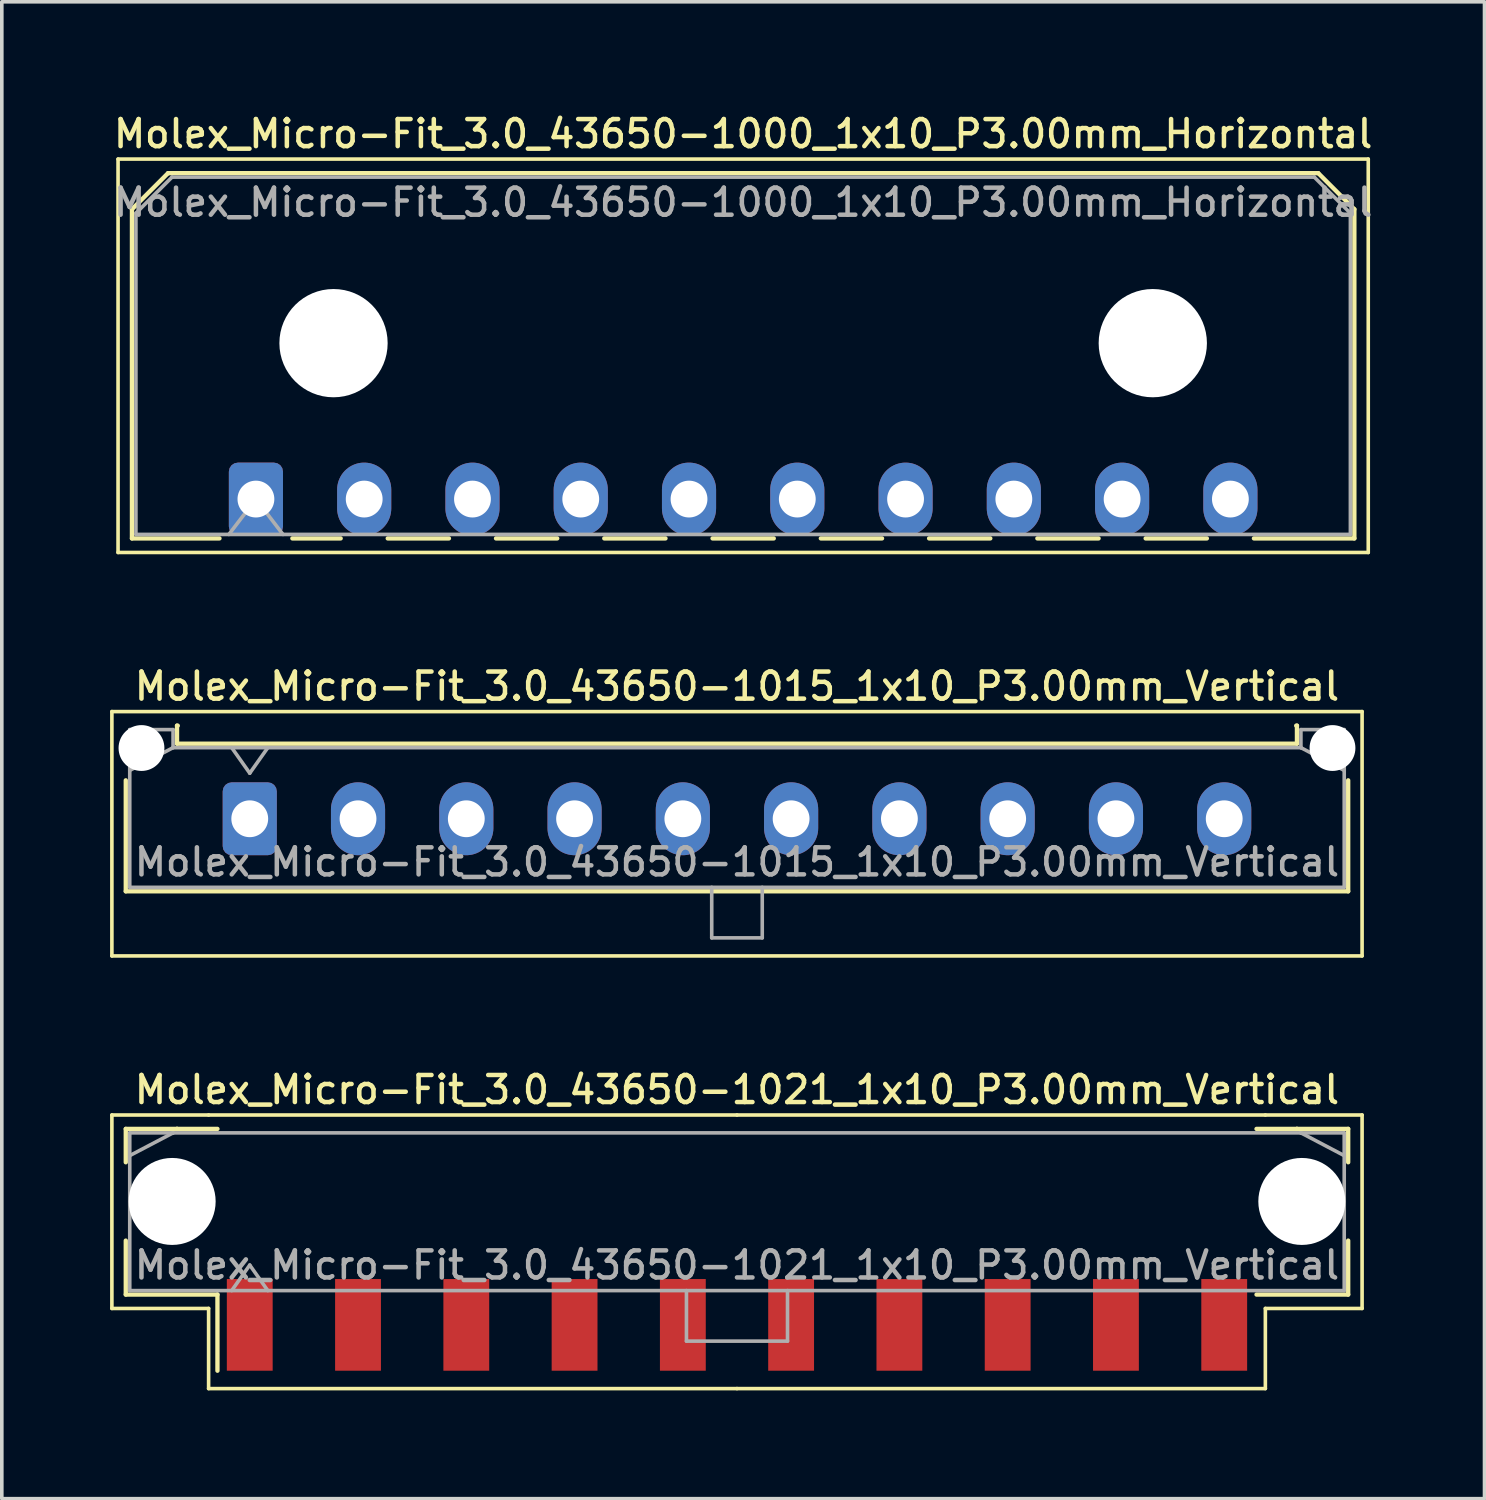
<source format=kicad_pcb>
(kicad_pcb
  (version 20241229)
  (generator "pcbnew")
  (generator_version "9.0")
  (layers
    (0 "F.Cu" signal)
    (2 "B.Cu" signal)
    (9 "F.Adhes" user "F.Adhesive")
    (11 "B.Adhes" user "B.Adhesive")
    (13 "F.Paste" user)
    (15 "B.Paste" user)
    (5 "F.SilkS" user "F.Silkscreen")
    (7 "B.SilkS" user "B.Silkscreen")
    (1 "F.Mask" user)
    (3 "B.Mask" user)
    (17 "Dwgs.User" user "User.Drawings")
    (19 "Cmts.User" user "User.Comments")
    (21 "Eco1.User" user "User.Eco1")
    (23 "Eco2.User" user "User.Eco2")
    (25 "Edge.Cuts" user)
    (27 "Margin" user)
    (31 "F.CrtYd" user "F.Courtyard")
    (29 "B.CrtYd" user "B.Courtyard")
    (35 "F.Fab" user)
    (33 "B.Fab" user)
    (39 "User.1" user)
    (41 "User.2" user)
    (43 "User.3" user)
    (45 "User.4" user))
  (footprint "Molex_Micro-Fit_3.0_43650-1015_1x10_P3.00mm_Vertical"
    (layer "F.Cu")
    (at 3.87 19.636)
    (property "Reference" "Molex_Micro-Fit_3.0_43650-1015_1x10_P3.00mm_Vertical" (at 13.5 -3.67 0) (layer "F.SilkS") (effects (font (size 0.75 0.75) (thickness 0.125))))
    (attr through_hole)
    (fp_line (start -3.82 -2.97) (end 30.82 -2.97) (stroke (width 0.1) (type solid)) (layer "F.SilkS"))
    (fp_line (start -3.82 3.8) (end -3.82 -2.97) (stroke (width 0.1) (type solid)) (layer "F.SilkS"))
    (fp_line (start -3.435 -1.065) (end -3.435 2.01) (stroke (width 0.12) (type solid)) (layer "F.SilkS"))
    (fp_line (start -3.435 2.01) (end 30.435 2.01) (stroke (width 0.12) (type solid)) (layer "F.SilkS"))
    (fp_line (start -2.015 -2.58) (end -2.015 -2.08) (stroke (width 0.12) (type solid)) (layer "F.SilkS"))
    (fp_line (start -2.015 -2.08) (end 29.015 -2.08) (stroke (width 0.12) (type solid)) (layer "F.SilkS"))
    (fp_line (start -1.995 -2.58) (end -2.015 -2.58) (stroke (width 0.12) (type solid)) (layer "F.SilkS"))
    (fp_line (start 29.015 -2.58) (end 28.995 -2.58) (stroke (width 0.12) (type solid)) (layer "F.SilkS"))
    (fp_line (start 29.015 -2.08) (end 29.015 -2.58) (stroke (width 0.12) (type solid)) (layer "F.SilkS"))
    (fp_line (start 30.435 2.01) (end 30.435 -1.065) (stroke (width 0.12) (type solid)) (layer "F.SilkS"))
    (fp_line (start 30.82 -2.97) (end 30.82 3.8) (stroke (width 0.1) (type solid)) (layer "F.SilkS"))
    (fp_line (start 30.82 3.8) (end -3.82 3.8) (stroke (width 0.1) (type solid)) (layer "F.SilkS"))
    (fp_line (start -3.325 -2.47) (end -3.325 1.9) (stroke (width 0.1) (type solid)) (layer "F.Fab"))
    (fp_line (start -3.325 -1.34) (end -2.125 -1.97) (stroke (width 0.1) (type solid)) (layer "F.Fab"))
    (fp_line (start -3.325 1.9) (end 30.325 1.9) (stroke (width 0.1) (type solid)) (layer "F.Fab"))
    (fp_line (start -2.125 -2.47) (end -3.325 -2.47) (stroke (width 0.1) (type solid)) (layer "F.Fab"))
    (fp_line (start -2.125 -1.97) (end -2.125 -2.47) (stroke (width 0.1) (type solid)) (layer "F.Fab"))
    (fp_line (start -0.5 -1.97) (end 0 -1.263) (stroke (width 0.1) (type solid)) (layer "F.Fab"))
    (fp_line (start 0 -1.263) (end 0.5 -1.97) (stroke (width 0.1) (type solid)) (layer "F.Fab"))
    (fp_line (start 12.8 1.9) (end 12.8 3.3) (stroke (width 0.1) (type solid)) (layer "F.Fab"))
    (fp_line (start 12.8 3.3) (end 14.2 3.3) (stroke (width 0.1) (type solid)) (layer "F.Fab"))
    (fp_line (start 14.2 3.3) (end 14.2 1.9) (stroke (width 0.1) (type solid)) (layer "F.Fab"))
    (fp_line (start 29.125 -2.47) (end 29.125 -1.97) (stroke (width 0.1) (type solid)) (layer "F.Fab"))
    (fp_line (start 29.125 -1.97) (end -2.125 -1.97) (stroke (width 0.1) (type solid)) (layer "F.Fab"))
    (fp_line (start 30.325 -2.47) (end 29.125 -2.47) (stroke (width 0.1) (type solid)) (layer "F.Fab"))
    (fp_line (start 30.325 -1.34) (end 29.125 -1.97) (stroke (width 0.1) (type solid)) (layer "F.Fab"))
    (fp_line (start 30.325 1.9) (end 30.325 -2.47) (stroke (width 0.1) (type solid)) (layer "F.Fab"))
    (fp_text user "${REFERENCE}" (at 13.5 1.2 0) (layer "F.Fab") (effects (font (size 0.75 0.75) (thickness 0.125))))
    (pad "" np_thru_hole circle (at -3 -1.96) (size 1.27 1.27) (drill 1.27) (layers "*.Cu" "*.Mask"))
    (pad "" np_thru_hole circle (at 30 -1.96) (size 1.27 1.27) (drill 1.27) (layers "*.Cu" "*.Mask"))
    (pad "1" thru_hole roundrect (at 0 0) (size 1.5 2.02) (drill 1.02) (layers "*.Cu" "*.Mask") (roundrect_rratio 0.167))
    (pad "2" thru_hole oval (at 3 0) (size 1.5 2.02) (drill 1.02) (layers "*.Cu" "*.Mask"))
    (pad "3" thru_hole oval (at 6 0) (size 1.5 2.02) (drill 1.02) (layers "*.Cu" "*.Mask"))
    (pad "4" thru_hole oval (at 9 0) (size 1.5 2.02) (drill 1.02) (layers "*.Cu" "*.Mask"))
    (pad "5" thru_hole oval (at 12 0) (size 1.5 2.02) (drill 1.02) (layers "*.Cu" "*.Mask"))
    (pad "6" thru_hole oval (at 15 0) (size 1.5 2.02) (drill 1.02) (layers "*.Cu" "*.Mask"))
    (pad "7" thru_hole oval (at 18 0) (size 1.5 2.02) (drill 1.02) (layers "*.Cu" "*.Mask"))
    (pad "8" thru_hole oval (at 21 0) (size 1.5 2.02) (drill 1.02) (layers "*.Cu" "*.Mask"))
    (pad "9" thru_hole oval (at 24 0) (size 1.5 2.02) (drill 1.02) (layers "*.Cu" "*.Mask"))
    (pad "10" thru_hole oval (at 27 0) (size 1.5 2.02) (drill 1.02) (layers "*.Cu" "*.Mask")))
  (footprint "Molex_Micro-Fit_3.0_43650-1021_1x10_P3.00mm_Vertical"
    (layer "F.Cu")
    (at 17.37 30.524)
    (property "Reference" "Molex_Micro-Fit_3.0_43650-1021_1x10_P3.00mm_Vertical" (at 0 -3.38 0) (layer "F.SilkS") (effects (font (size 0.75 0.75) (thickness 0.125))))
    (attr smd)
    (fp_line (start -17.32 -2.68) (end -17.32 2.68) (stroke (width 0.1) (type solid)) (layer "F.SilkS"))
    (fp_line (start -17.32 2.68) (end -14.64 2.68) (stroke (width 0.1) (type solid)) (layer "F.SilkS"))
    (fp_line (start -16.935 -2.295) (end -15.515 -2.295) (stroke (width 0.12) (type solid)) (layer "F.SilkS"))
    (fp_line (start -16.935 -1.37) (end -16.935 -2.295) (stroke (width 0.12) (type solid)) (layer "F.SilkS"))
    (fp_line (start -16.935 0.8) (end -16.935 2.295) (stroke (width 0.12) (type solid)) (layer "F.SilkS"))
    (fp_line (start -16.935 2.295) (end -14.395 2.295) (stroke (width 0.12) (type solid)) (layer "F.SilkS"))
    (fp_line (start -15.515 -2.295) (end -15.515 -2.295) (stroke (width 0.12) (type solid)) (layer "F.SilkS"))
    (fp_line (start -15.515 -2.295) (end -14.395 -2.295) (stroke (width 0.12) (type solid)) (layer "F.SilkS"))
    (fp_line (start -14.64 -2.68) (end -17.32 -2.68) (stroke (width 0.1) (type solid)) (layer "F.SilkS"))
    (fp_line (start -14.64 2.68) (end -14.64 4.9) (stroke (width 0.1) (type solid)) (layer "F.SilkS"))
    (fp_line (start -14.64 4.9) (end 0 4.9) (stroke (width 0.1) (type solid)) (layer "F.SilkS"))
    (fp_line (start -14.395 2.295) (end -14.395 4.405) (stroke (width 0.12) (type solid)) (layer "F.SilkS"))
    (fp_line (start 0 -2.68) (end -14.64 -2.68) (stroke (width 0.1) (type solid)) (layer "F.SilkS"))
    (fp_line (start 0 -2.68) (end 14.64 -2.68) (stroke (width 0.1) (type solid)) (layer "F.SilkS"))
    (fp_line (start 14.64 -2.68) (end 17.32 -2.68) (stroke (width 0.1) (type solid)) (layer "F.SilkS"))
    (fp_line (start 14.64 2.68) (end 14.64 4.9) (stroke (width 0.1) (type solid)) (layer "F.SilkS"))
    (fp_line (start 14.64 4.9) (end 0 4.9) (stroke (width 0.1) (type solid)) (layer "F.SilkS"))
    (fp_line (start 15.515 -2.295) (end 14.395 -2.295) (stroke (width 0.12) (type solid)) (layer "F.SilkS"))
    (fp_line (start 15.515 -2.295) (end 15.515 -2.295) (stroke (width 0.12) (type solid)) (layer "F.SilkS"))
    (fp_line (start 16.935 -2.295) (end 15.515 -2.295) (stroke (width 0.12) (type solid)) (layer "F.SilkS"))
    (fp_line (start 16.935 -1.37) (end 16.935 -2.295) (stroke (width 0.12) (type solid)) (layer "F.SilkS"))
    (fp_line (start 16.935 0.8) (end 16.935 2.295) (stroke (width 0.12) (type solid)) (layer "F.SilkS"))
    (fp_line (start 16.935 2.295) (end 14.395 2.295) (stroke (width 0.12) (type solid)) (layer "F.SilkS"))
    (fp_line (start 17.32 -2.68) (end 17.32 2.68) (stroke (width 0.1) (type solid)) (layer "F.SilkS"))
    (fp_line (start 17.32 2.68) (end 14.64 2.68) (stroke (width 0.1) (type solid)) (layer "F.SilkS"))
    (fp_line (start -16.825 -2.185) (end -16.825 2.185) (stroke (width 0.1) (type solid)) (layer "F.Fab"))
    (fp_line (start -16.825 -1.555) (end -15.625 -2.185) (stroke (width 0.1) (type solid)) (layer "F.Fab"))
    (fp_line (start -16.825 2.185) (end 16.825 2.185) (stroke (width 0.1) (type solid)) (layer "F.Fab"))
    (fp_line (start -15.625 -2.185) (end -16.825 -2.185) (stroke (width 0.1) (type solid)) (layer "F.Fab"))
    (fp_line (start -15.625 -2.185) (end -15.625 -2.185) (stroke (width 0.1) (type solid)) (layer "F.Fab"))
    (fp_line (start -14 2.185) (end -13.5 1.478) (stroke (width 0.1) (type solid)) (layer "F.Fab"))
    (fp_line (start -13.5 1.478) (end -13 2.185) (stroke (width 0.1) (type solid)) (layer "F.Fab"))
    (fp_line (start -1.4 2.185) (end -1.4 3.585) (stroke (width 0.1) (type solid)) (layer "F.Fab"))
    (fp_line (start -1.4 3.585) (end 1.4 3.585) (stroke (width 0.1) (type solid)) (layer "F.Fab"))
    (fp_line (start 1.4 3.585) (end 1.4 2.185) (stroke (width 0.1) (type solid)) (layer "F.Fab"))
    (fp_line (start 15.625 -2.185) (end -15.625 -2.185) (stroke (width 0.1) (type solid)) (layer "F.Fab"))
    (fp_line (start 15.625 -2.185) (end 15.625 -2.185) (stroke (width 0.1) (type solid)) (layer "F.Fab"))
    (fp_line (start 16.825 -2.185) (end 15.625 -2.185) (stroke (width 0.1) (type solid)) (layer "F.Fab"))
    (fp_line (start 16.825 -1.555) (end 15.625 -2.185) (stroke (width 0.1) (type solid)) (layer "F.Fab"))
    (fp_line (start 16.825 2.185) (end 16.825 -2.185) (stroke (width 0.1) (type solid)) (layer "F.Fab"))
    (fp_text user "${REFERENCE}" (at 0 1.48 0) (layer "F.Fab") (effects (font (size 0.75 0.75) (thickness 0.125))))
    (pad "" np_thru_hole circle (at -15.65 -0.285) (size 2.41 2.41) (drill 2.41) (layers "*.Cu" "*.Mask"))
    (pad "" np_thru_hole circle (at 15.65 -0.285) (size 2.41 2.41) (drill 2.41) (layers "*.Cu" "*.Mask"))
    (pad "1" smd rect (at -13.5 3.135) (size 1.27 2.54) (layers "F.Cu" "F.Mask" "F.Paste"))
    (pad "2" smd rect (at -10.5 3.135) (size 1.27 2.54) (layers "F.Cu" "F.Mask" "F.Paste"))
    (pad "3" smd rect (at -7.5 3.135) (size 1.27 2.54) (layers "F.Cu" "F.Mask" "F.Paste"))
    (pad "4" smd rect (at -4.5 3.135) (size 1.27 2.54) (layers "F.Cu" "F.Mask" "F.Paste"))
    (pad "5" smd rect (at -1.5 3.135) (size 1.27 2.54) (layers "F.Cu" "F.Mask" "F.Paste"))
    (pad "6" smd rect (at 1.5 3.135) (size 1.27 2.54) (layers "F.Cu" "F.Mask" "F.Paste"))
    (pad "7" smd rect (at 4.5 3.135) (size 1.27 2.54) (layers "F.Cu" "F.Mask" "F.Paste"))
    (pad "8" smd rect (at 7.5 3.135) (size 1.27 2.54) (layers "F.Cu" "F.Mask" "F.Paste"))
    (pad "9" smd rect (at 10.5 3.135) (size 1.27 2.54) (layers "F.Cu" "F.Mask" "F.Paste"))
    (pad "10" smd rect (at 13.5 3.135) (size 1.27 2.54) (layers "F.Cu" "F.Mask" "F.Paste")))
  (footprint "Molex_Micro-Fit_3.0_43650-1000_1x10_P3.00mm_Horizontal"
    (layer "F.Cu")
    (at 4.041 10.778)
    (property "Reference" "Molex_Micro-Fit_3.0_43650-1000_1x10_P3.00mm_Horizontal" (at 13.5 -10.12 0) (layer "F.SilkS") (effects (font (size 0.75 0.75) (thickness 0.125))))
    (attr through_hole)
    (fp_line (start -3.82 -9.42) (end 30.82 -9.42) (stroke (width 0.1) (type solid)) (layer "F.SilkS"))
    (fp_line (start -3.82 1.48) (end -3.82 -9.42) (stroke (width 0.1) (type solid)) (layer "F.SilkS"))
    (fp_line (start -3.435 -8.03) (end -2.435 -9.03) (stroke (width 0.12) (type solid)) (layer "F.SilkS"))
    (fp_line (start -3.435 1.09) (end -3.435 -8.03) (stroke (width 0.12) (type solid)) (layer "F.SilkS"))
    (fp_line (start -3.435 1.09) (end -1.01 1.09) (stroke (width 0.12) (type solid)) (layer "F.SilkS"))
    (fp_line (start -2.435 -9.03) (end 29.435 -9.03) (stroke (width 0.12) (type solid)) (layer "F.SilkS"))
    (fp_line (start 1.01 1.09) (end 2.348 1.09) (stroke (width 0.12) (type solid)) (layer "F.SilkS"))
    (fp_line (start 3.652 1.09) (end 5.348 1.09) (stroke (width 0.12) (type solid)) (layer "F.SilkS"))
    (fp_line (start 6.652 1.09) (end 8.348 1.09) (stroke (width 0.12) (type solid)) (layer "F.SilkS"))
    (fp_line (start 9.652 1.09) (end 11.348 1.09) (stroke (width 0.12) (type solid)) (layer "F.SilkS"))
    (fp_line (start 12.652 1.09) (end 14.348 1.09) (stroke (width 0.12) (type solid)) (layer "F.SilkS"))
    (fp_line (start 15.652 1.09) (end 17.348 1.09) (stroke (width 0.12) (type solid)) (layer "F.SilkS"))
    (fp_line (start 18.652 1.09) (end 20.348 1.09) (stroke (width 0.12) (type solid)) (layer "F.SilkS"))
    (fp_line (start 21.652 1.09) (end 23.348 1.09) (stroke (width 0.12) (type solid)) (layer "F.SilkS"))
    (fp_line (start 24.652 1.09) (end 26.348 1.09) (stroke (width 0.12) (type solid)) (layer "F.SilkS"))
    (fp_line (start 29.435 -9.03) (end 30.435 -8.03) (stroke (width 0.12) (type solid)) (layer "F.SilkS"))
    (fp_line (start 30.435 -8.03) (end 30.435 1.09) (stroke (width 0.12) (type solid)) (layer "F.SilkS"))
    (fp_line (start 30.435 1.09) (end 27.652 1.09) (stroke (width 0.12) (type solid)) (layer "F.SilkS"))
    (fp_line (start 30.82 -9.42) (end 30.82 1.48) (stroke (width 0.1) (type solid)) (layer "F.SilkS"))
    (fp_line (start 30.82 1.48) (end -3.82 1.48) (stroke (width 0.1) (type solid)) (layer "F.SilkS"))
    (fp_line (start -3.325 -7.92) (end -2.325 -8.92) (stroke (width 0.1) (type solid)) (layer "F.Fab"))
    (fp_line (start -3.325 0.98) (end -3.325 -7.92) (stroke (width 0.1) (type solid)) (layer "F.Fab"))
    (fp_line (start -2.325 -8.92) (end 29.325 -8.92) (stroke (width 0.1) (type solid)) (layer "F.Fab"))
    (fp_line (start -0.75 0.98) (end 0 0) (stroke (width 0.1) (type solid)) (layer "F.Fab"))
    (fp_line (start 0 0) (end 0.75 0.98) (stroke (width 0.1) (type solid)) (layer "F.Fab"))
    (fp_line (start 29.325 -8.92) (end 30.325 -7.92) (stroke (width 0.1) (type solid)) (layer "F.Fab"))
    (fp_line (start 30.325 -7.92) (end 30.325 0.98) (stroke (width 0.1) (type solid)) (layer "F.Fab"))
    (fp_line (start 30.325 0.98) (end -3.325 0.98) (stroke (width 0.1) (type solid)) (layer "F.Fab"))
    (fp_text user "${REFERENCE}" (at 13.5 -8.22 0) (layer "F.Fab") (effects (font (size 0.75 0.75) (thickness 0.125))))
    (pad "" np_thru_hole circle (at 2.15 -4.32) (size 3 3) (drill 3) (layers "*.Cu" "*.Mask"))
    (pad "" np_thru_hole circle (at 24.85 -4.32) (size 3 3) (drill 3) (layers "*.Cu" "*.Mask"))
    (pad "1" thru_hole roundrect (at 0 0) (size 1.5 2.02) (drill 1.02) (layers "*.Cu" "*.Mask") (roundrect_rratio 0.167))
    (pad "2" thru_hole oval (at 3 0) (size 1.5 2.02) (drill 1.02) (layers "*.Cu" "*.Mask"))
    (pad "3" thru_hole oval (at 6 0) (size 1.5 2.02) (drill 1.02) (layers "*.Cu" "*.Mask"))
    (pad "4" thru_hole oval (at 9 0) (size 1.5 2.02) (drill 1.02) (layers "*.Cu" "*.Mask"))
    (pad "5" thru_hole oval (at 12 0) (size 1.5 2.02) (drill 1.02) (layers "*.Cu" "*.Mask"))
    (pad "6" thru_hole oval (at 15 0) (size 1.5 2.02) (drill 1.02) (layers "*.Cu" "*.Mask"))
    (pad "7" thru_hole oval (at 18 0) (size 1.5 2.02) (drill 1.02) (layers "*.Cu" "*.Mask"))
    (pad "8" thru_hole oval (at 21 0) (size 1.5 2.02) (drill 1.02) (layers "*.Cu" "*.Mask"))
    (pad "9" thru_hole oval (at 24 0) (size 1.5 2.02) (drill 1.02) (layers "*.Cu" "*.Mask"))
    (pad "10" thru_hole oval (at 27 0) (size 1.5 2.02) (drill 1.02) (layers "*.Cu" "*.Mask")))
  (gr_rect
    (start -3 -3)
    (end 38.082 38.474)
    (stroke (width 0.1) (type default))
    (fill no)
    (layer "Edge.Cuts")))
</source>
